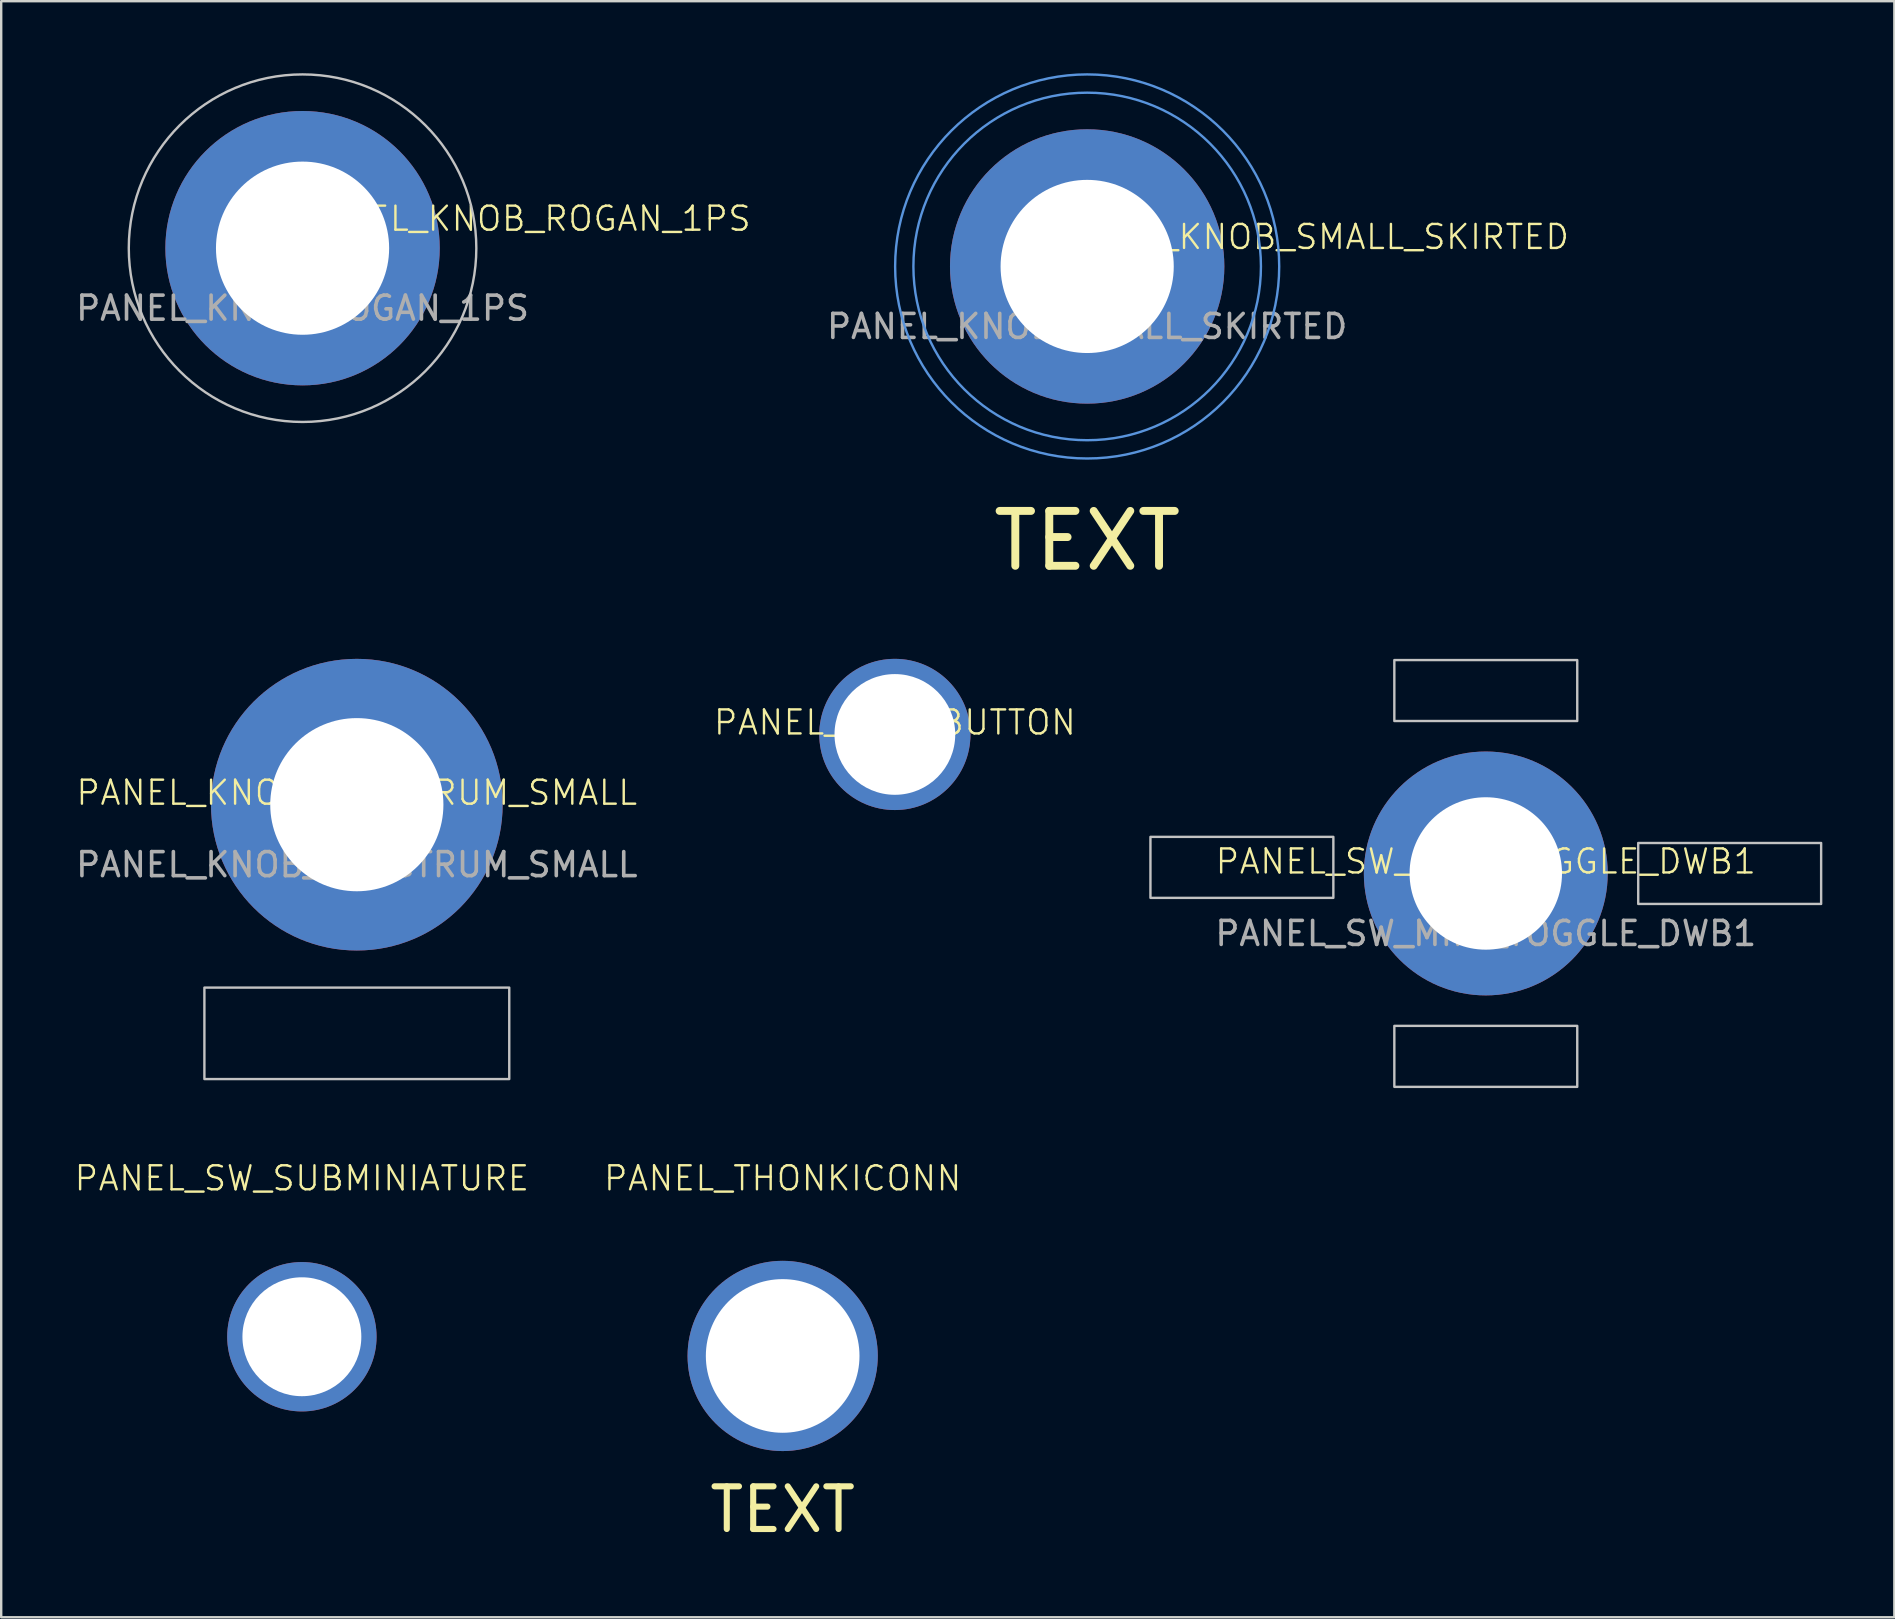
<source format=kicad_pcb>
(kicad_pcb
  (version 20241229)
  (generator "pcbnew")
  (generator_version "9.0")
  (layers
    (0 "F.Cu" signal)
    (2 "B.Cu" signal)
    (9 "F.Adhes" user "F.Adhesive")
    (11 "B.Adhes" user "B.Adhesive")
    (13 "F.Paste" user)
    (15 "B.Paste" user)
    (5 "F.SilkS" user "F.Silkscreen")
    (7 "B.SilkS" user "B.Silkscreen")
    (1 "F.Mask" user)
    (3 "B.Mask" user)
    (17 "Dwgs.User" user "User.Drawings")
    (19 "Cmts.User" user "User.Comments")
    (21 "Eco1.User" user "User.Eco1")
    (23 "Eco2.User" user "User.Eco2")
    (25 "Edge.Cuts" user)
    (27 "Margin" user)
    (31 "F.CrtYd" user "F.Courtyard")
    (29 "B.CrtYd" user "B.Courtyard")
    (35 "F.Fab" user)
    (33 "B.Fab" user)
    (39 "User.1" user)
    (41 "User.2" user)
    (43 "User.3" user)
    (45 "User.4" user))
  (footprint "PANEL_PUSHBUTTON"
    (layer "F.Cu")
    (at 34.229 27.546)
    (property "Reference" "PANEL_PUSHBUTTON" (at 0 -0.5 0) (unlocked yes) (layer "F.SilkS") (effects (font (size 1 1) (thickness 0.1))))
    (attr through_hole)
    (pad "" thru_hole circle (at 0 0) (size 6.299 6.299) (drill 5.029) (layers "*.Cu" "*.Mask")))
  (footprint "PANEL_KNOB_SMALL_SKIRTED"
    (layer "F.Cu")
    (at 42.24 8.05)
    (property "Reference" "PANEL_KNOB_SMALL_SKIRTED" (at 9.25 -1.23 0) (unlocked yes) (layer "F.SilkS") (effects (font (size 1 1) (thickness 0.1))))
    (attr through_hole)
    (fp_circle (center 0 0) (end 7.239 0) (stroke (width 0.1) (type solid)) (fill no) (layer "Cmts.User"))
    (fp_circle (center 0 0) (end 8 0) (stroke (width 0.1) (type solid)) (fill no) (layer "Cmts.User"))
    (fp_text user "TEXT" (at 0 11.43 0) (unlocked yes) (layer "F.SilkS") (effects (font (size 2.286 2.286) (thickness 0.33))))
    (fp_text user "${REFERENCE}" (at 0 2.5 0) (unlocked yes) (layer "F.Fab") (effects (font (size 1 1) (thickness 0.15))))
    (pad "1" thru_hole circle (at 0 0) (size 11.43 11.43) (drill 7.214) (layers "*.Cu" "*.Mask")))
  (footprint "PANEL_THONKICONN"
    (layer "F.Cu")
    (at 29.555 53.437)
    (property "Reference" "PANEL_THONKICONN" (at 0 -7.4 0) (unlocked yes) (layer "F.SilkS") (effects (font (size 1 1) (thickness 0.1))))
    (attr through_hole)
    (fp_line (start 0 -0.4) (end 0 0.4) (stroke (width 0.1) (type default)) (layer "User.9"))
    (fp_line (start 0 0) (end 0 -0.4) (stroke (width 0.1) (type default)) (layer "User.9"))
    (fp_line (start 0 0.4) (end 0 0) (stroke (width 0.1) (type default)) (layer "User.9"))
    (fp_line (start 0.4 0) (end -0.4 0) (stroke (width 0.1) (type default)) (layer "User.9"))
    (fp_circle (center 0 0) (end 0 -3.2) (stroke (width 0.1) (type default)) (fill no) (layer "User.9"))
    (fp_circle (center 0 0) (end 3.2 0) (stroke (width 0.1) (type default)) (fill no) (layer "User.9"))
    (fp_text user "TEXT" (at 0 6.4 0) (unlocked yes) (layer "F.SilkS") (effects (font (size 1.778 1.778) (thickness 0.254))))
    (pad "" thru_hole circle (at 0 0) (size 7.925 7.925) (drill 6.401) (layers "*.Cu" "*.Mask")))
  (footprint "PANEL_KNOB_ROGAN_1PS"
    (layer "F.Cu")
    (at 9.554 7.289)
    (property "Reference" "PANEL_KNOB_ROGAN_1PS" (at 9.25 -1.23 0) (unlocked yes) (layer "F.SilkS") (effects (font (size 1 1) (thickness 0.1))))
    (attr through_hole)
    (fp_circle (center 0 0) (end 7.239 0) (stroke (width 0.1) (type default)) (fill no) (layer "Dwgs.User"))
    (fp_text user "${REFERENCE}" (at 0 2.5 0) (unlocked yes) (layer "F.Fab") (effects (font (size 1 1) (thickness 0.15))))
    (pad "1" thru_hole circle (at 0 0) (size 11.43 11.43) (drill 7.214) (layers "*.Cu" "*.Mask")))
  (footprint "PANEL_SW_MINI_TOGGLE_DWB1"
    (layer "F.Cu")
    (at 58.846 33.337)
    (property "Reference" "PANEL_SW_MINI_TOGGLE_DWB1" (at 0 -0.5 0) (unlocked yes) (layer "F.SilkS") (effects (font (size 1 1) (thickness 0.1))))
    (attr through_hole)
    (fp_rect (start -13.97 -1.524) (end -6.35 1.016) (stroke (width 0.1) (type default)) (fill no) (layer "Dwgs.User"))
    (fp_rect (start -3.81 -8.89) (end 3.81 -6.35) (stroke (width 0.1) (type default)) (fill no) (layer "Dwgs.User"))
    (fp_rect (start -3.81 6.35) (end 3.81 8.89) (stroke (width 0.1) (type default)) (fill no) (layer "Dwgs.User"))
    (fp_rect (start 6.35 -1.27) (end 13.97 1.27) (stroke (width 0.1) (type default)) (fill no) (layer "Dwgs.User"))
    (fp_text user "${REFERENCE}" (at 0 2.5 0) (unlocked yes) (layer "F.Fab") (effects (font (size 1 1) (thickness 0.15))))
    (pad "" thru_hole circle (at 0 0) (size 10.16 10.16) (drill 6.35) (layers "*.Cu" "*.Mask")))
  (footprint "PANEL_KNOB_SPECTRUM_SMALL"
    (layer "F.Cu")
    (at 11.815 30.472)
    (property "Reference" "PANEL_KNOB_SPECTRUM_SMALL" (at 0 -0.5 0) (unlocked yes) (layer "F.SilkS") (effects (font (size 1 1) (thickness 0.1))))
    (attr through_hole)
    (fp_rect (start -6.35 7.62) (end 6.35 11.43) (stroke (width 0.1) (type default)) (fill no) (layer "Dwgs.User"))
    (fp_text user "${REFERENCE}" (at 0 2.5 0) (unlocked yes) (layer "F.Fab") (effects (font (size 1 1) (thickness 0.15))))
    (pad "" thru_hole circle (at 0 0) (size 12.15 12.15) (drill 7.214) (layers "*.Cu" "*.Mask")))
  (footprint "PANEL_SW_SUBMINIATURE"
    (layer "F.Cu")
    (at 9.526 52.637)
    (property "Reference" "PANEL_SW_SUBMINIATURE" (at 0 -6.6 0) (unlocked yes) (layer "F.SilkS") (effects (font (size 1 1) (thickness 0.1))))
    (attr through_hole)
    (fp_line (start 0 -0.6) (end 0 0.4) (stroke (width 0.1) (type default)) (layer "User.9"))
    (fp_line (start 0 -0.1) (end 0.45 -0.1) (stroke (width 0.1) (type default)) (layer "User.9"))
    (fp_line (start 0 0) (end 0 -0.6) (stroke (width 0.1) (type default)) (layer "User.9"))
    (fp_line (start 0 0.4) (end 0 -0.1) (stroke (width 0.1) (type default)) (layer "User.9"))
    (fp_line (start 0.45 -0.1) (end -0.45 -0.1) (stroke (width 0.1) (type default)) (layer "User.9"))
    (fp_circle (center 0 0) (end 2.477 0) (stroke (width 0.1) (type default)) (fill no) (layer "User.9"))
    (pad "" thru_hole circle (at 0 0) (size 6.223 6.223) (drill 4.953) (layers "*.Cu" "*.Mask")))
  (gr_rect
    (start -3 -3)
    (end 75.866 64.323)
    (stroke (width 0.1) (type default))
    (fill no)
    (layer "Edge.Cuts")))
</source>
